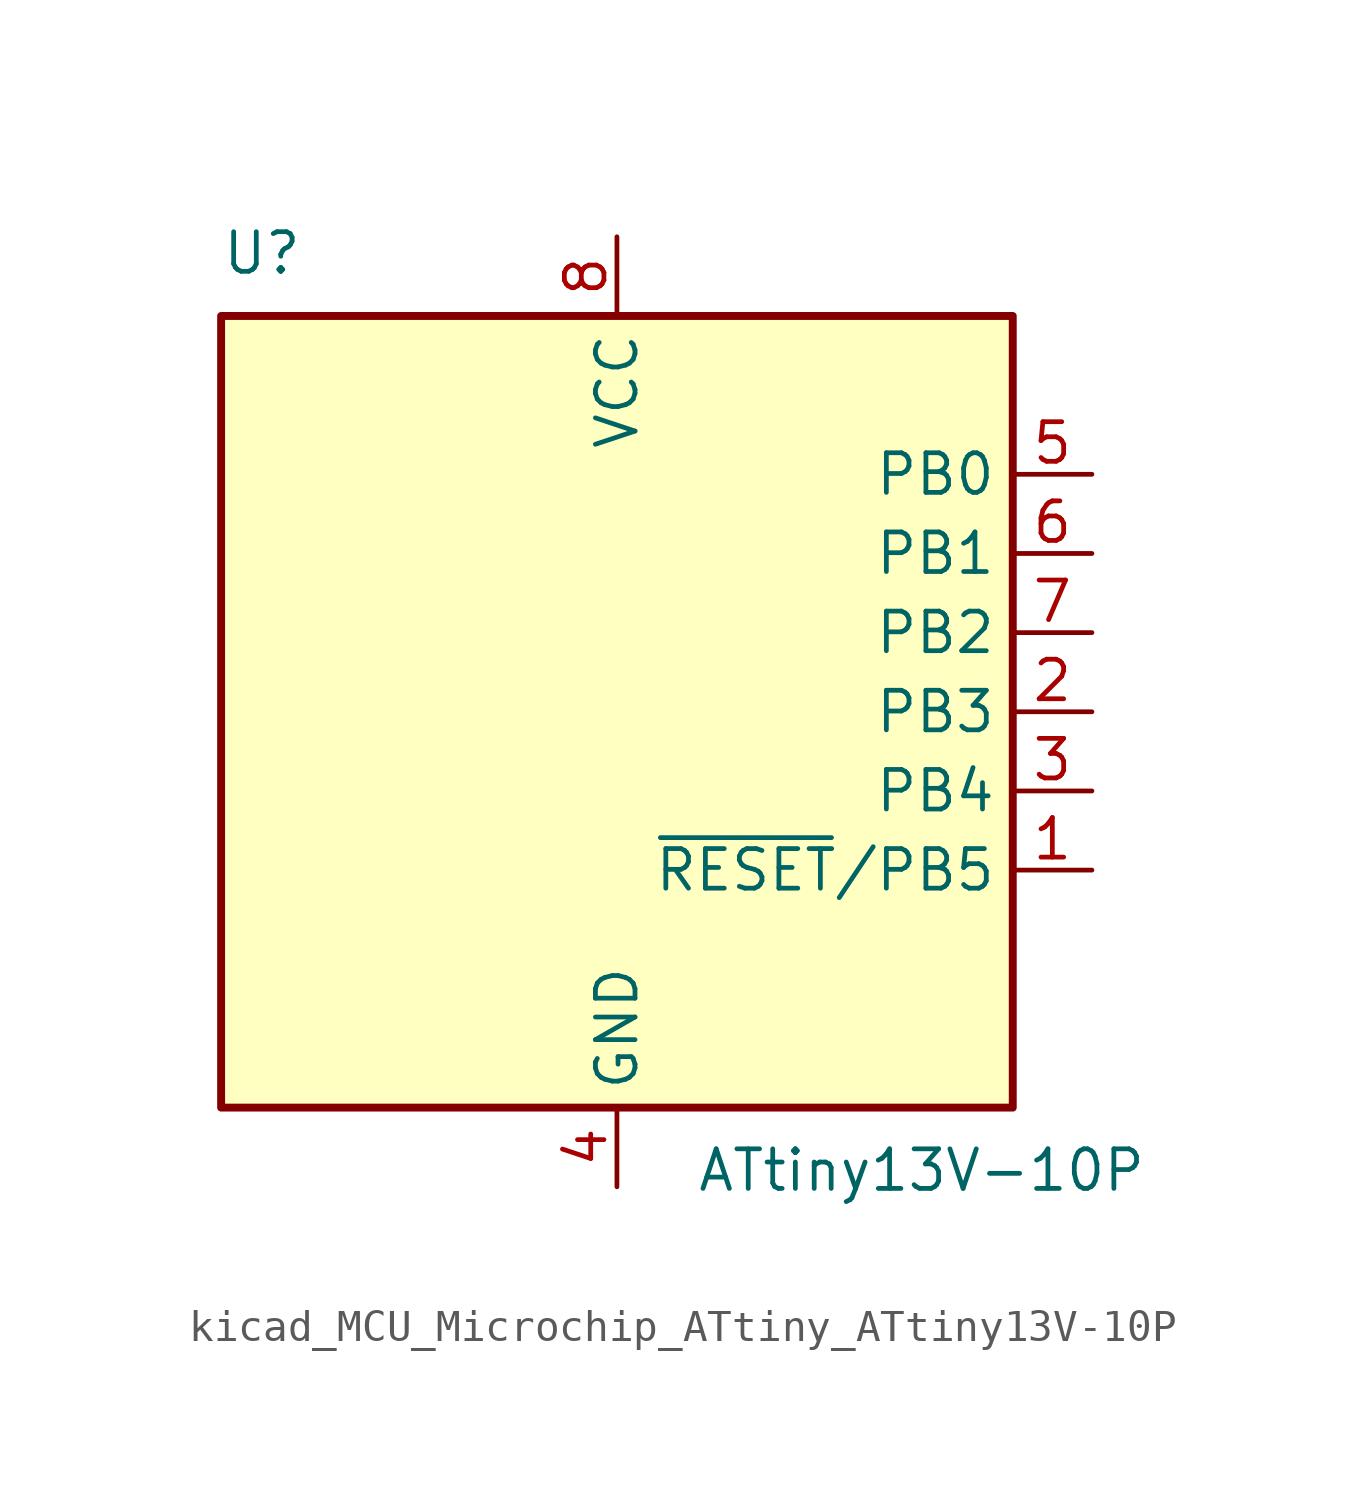
<source format=kicad_sym>
(kicad_symbol_lib
  (version 20220914)
  (generator kicad_symbol_editor)
  (symbol "kicad_MCU_Microchip_ATtiny_ATtiny13V-10P"
    (property "Reference" "U"
      (at -12.7 13.97 0)
      (effects (font (size 1.27 1.27)) (justify left bottom)))
    (property "Value" "ATtiny13V-10P"
      (at 2.54 -13.97 0)
      (effects (font (size 1.27 1.27)) (justify left top)))
    (symbol "kicad_MCU_Microchip_ATtiny_ATtiny13V-10P_0_1"
      (rectangle (start -12.7 -12.7) (end 12.7 12.7) (stroke (width 0.254) (type default)) (fill (type background))))
    (symbol "kicad_MCU_Microchip_ATtiny_ATtiny13V-10P_1_1"
      (pin bidirectional line (at 15.24 -5.08 180) (length 2.54) (name "~{RESET}/PB5" (effects (font (size 1.27 1.27)))) (number "1" (effects (font (size 1.27 1.27)))))
      (pin bidirectional line (at 15.24 0 180) (length 2.54) (name "PB3" (effects (font (size 1.27 1.27)))) (number "2" (effects (font (size 1.27 1.27)))))
      (pin bidirectional line (at 15.24 -2.54 180) (length 2.54) (name "PB4" (effects (font (size 1.27 1.27)))) (number "3" (effects (font (size 1.27 1.27)))))
      (pin power_in line (at 0 -15.24 90) (length 2.54) (name "GND" (effects (font (size 1.27 1.27)))) (number "4" (effects (font (size 1.27 1.27)))))
      (pin bidirectional line (at 15.24 7.62 180) (length 2.54) (name "PB0" (effects (font (size 1.27 1.27)))) (number "5" (effects (font (size 1.27 1.27)))))
      (pin bidirectional line (at 15.24 5.08 180) (length 2.54) (name "PB1" (effects (font (size 1.27 1.27)))) (number "6" (effects (font (size 1.27 1.27)))))
      (pin bidirectional line (at 15.24 2.54 180) (length 2.54) (name "PB2" (effects (font (size 1.27 1.27)))) (number "7" (effects (font (size 1.27 1.27)))))
      (pin power_in line (at 0 15.24 270) (length 2.54) (name "VCC" (effects (font (size 1.27 1.27)))) (number "8" (effects (font (size 1.27 1.27))))))))
</source>
